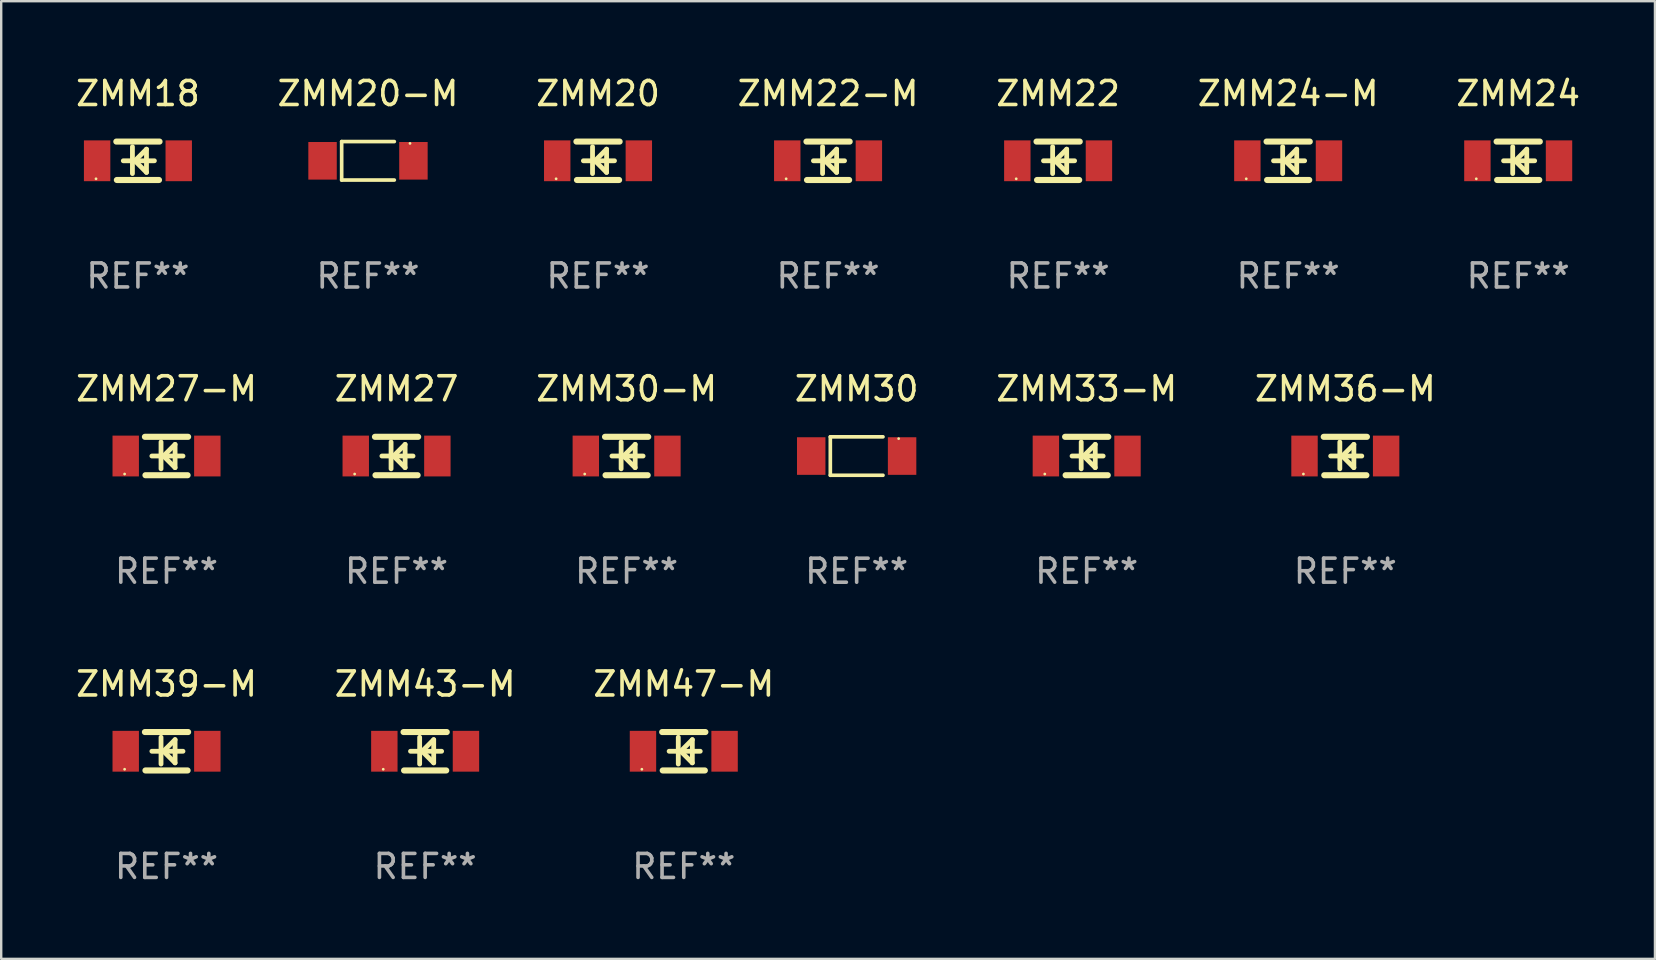
<source format=kicad_pcb>
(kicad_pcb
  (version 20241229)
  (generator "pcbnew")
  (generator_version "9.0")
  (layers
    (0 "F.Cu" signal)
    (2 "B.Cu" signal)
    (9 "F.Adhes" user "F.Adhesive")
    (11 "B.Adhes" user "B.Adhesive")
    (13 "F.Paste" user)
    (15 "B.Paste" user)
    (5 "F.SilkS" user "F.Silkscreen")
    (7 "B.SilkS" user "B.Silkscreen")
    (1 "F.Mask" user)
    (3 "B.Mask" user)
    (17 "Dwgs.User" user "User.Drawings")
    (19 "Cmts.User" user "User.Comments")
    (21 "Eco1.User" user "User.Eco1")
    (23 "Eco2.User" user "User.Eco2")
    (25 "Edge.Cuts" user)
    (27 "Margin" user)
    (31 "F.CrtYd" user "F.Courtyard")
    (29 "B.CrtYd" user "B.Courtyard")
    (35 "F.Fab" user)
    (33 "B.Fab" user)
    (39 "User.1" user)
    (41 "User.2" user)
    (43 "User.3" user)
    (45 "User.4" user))
  (footprint "ZMM36-M"
    (layer "F.Cu")
    (at 52.994 15.947)
    (property "Reference" "ZMM36-M" (at 0 -2.8 0) (layer "F.SilkS") (effects (font (size 1 1) (thickness 0.15))))
    (attr through_hole)
    (fp_line (start -0.9 -0.8) (end 0.9 -0.8) (stroke (width 0.254) (type solid)) (layer "F.SilkS"))
    (fp_line (start -0.878 0.8) (end 0.878 0.8) (stroke (width 0.254) (type solid)) (layer "F.SilkS"))
    (fp_line (start -0.61 0) (end 0.686 0) (stroke (width 0.2) (type solid)) (layer "F.SilkS"))
    (fp_line (start -0.229 -0.584) (end -0.229 0.533) (stroke (width 0.2) (type solid)) (layer "F.SilkS"))
    (fp_line (start -0.127 0) (end 0.356 -0.483) (stroke (width 0.2) (type solid)) (layer "F.SilkS"))
    (fp_line (start 0.356 -0.483) (end 0.356 0.483) (stroke (width 0.2) (type solid)) (layer "F.SilkS"))
    (fp_line (start 0.356 0.483) (end -0.102 0.025) (stroke (width 0.2) (type solid)) (layer "F.SilkS"))
    (fp_circle (center -1.746 0.75) (end -1.716 0.75) (stroke (width 0.06) (type solid)) (fill no) (layer "F.SilkS"))
    (fp_text user "REF**" (at 0 4.8 0) (layer "F.Fab") (effects (font (size 1 1) (thickness 0.15))))
    (pad "1" smd rect (at -1.7 0 180) (size 1.1 1.7) (layers "F.Cu" "F.Mask" "F.Paste"))
    (pad "2" smd rect (at 1.7 0 180) (size 1.1 1.7) (layers "F.Cu" "F.Mask" "F.Paste")))
  (footprint "ZMM24-M"
    (layer "F.Cu")
    (at 50.613 3.648)
    (property "Reference" "ZMM24-M" (at 0 -2.8 0) (layer "F.SilkS") (effects (font (size 1 1) (thickness 0.15))))
    (attr through_hole)
    (fp_line (start -0.9 -0.8) (end 0.9 -0.8) (stroke (width 0.254) (type solid)) (layer "F.SilkS"))
    (fp_line (start -0.878 0.8) (end 0.878 0.8) (stroke (width 0.254) (type solid)) (layer "F.SilkS"))
    (fp_line (start -0.61 0) (end 0.686 0) (stroke (width 0.2) (type solid)) (layer "F.SilkS"))
    (fp_line (start -0.229 -0.584) (end -0.229 0.533) (stroke (width 0.2) (type solid)) (layer "F.SilkS"))
    (fp_line (start -0.127 0) (end 0.356 -0.483) (stroke (width 0.2) (type solid)) (layer "F.SilkS"))
    (fp_line (start 0.356 -0.483) (end 0.356 0.483) (stroke (width 0.2) (type solid)) (layer "F.SilkS"))
    (fp_line (start 0.356 0.483) (end -0.102 0.025) (stroke (width 0.2) (type solid)) (layer "F.SilkS"))
    (fp_circle (center -1.746 0.75) (end -1.716 0.75) (stroke (width 0.06) (type solid)) (fill no) (layer "F.SilkS"))
    (fp_text user "REF**" (at 0 4.8 0) (layer "F.Fab") (effects (font (size 1 1) (thickness 0.15))))
    (pad "1" smd rect (at -1.7 0 180) (size 1.1 1.7) (layers "F.Cu" "F.Mask" "F.Paste"))
    (pad "2" smd rect (at 1.7 0 180) (size 1.1 1.7) (layers "F.Cu" "F.Mask" "F.Paste")))
  (footprint "ZMM22-M"
    (layer "F.Cu")
    (at 31.446 3.648)
    (property "Reference" "ZMM22-M" (at 0 -2.8 0) (layer "F.SilkS") (effects (font (size 1 1) (thickness 0.15))))
    (attr through_hole)
    (fp_line (start -0.9 -0.8) (end 0.9 -0.8) (stroke (width 0.254) (type solid)) (layer "F.SilkS"))
    (fp_line (start -0.878 0.8) (end 0.878 0.8) (stroke (width 0.254) (type solid)) (layer "F.SilkS"))
    (fp_line (start -0.61 0) (end 0.686 0) (stroke (width 0.2) (type solid)) (layer "F.SilkS"))
    (fp_line (start -0.229 -0.584) (end -0.229 0.533) (stroke (width 0.2) (type solid)) (layer "F.SilkS"))
    (fp_line (start -0.127 0) (end 0.356 -0.483) (stroke (width 0.2) (type solid)) (layer "F.SilkS"))
    (fp_line (start 0.356 -0.483) (end 0.356 0.483) (stroke (width 0.2) (type solid)) (layer "F.SilkS"))
    (fp_line (start 0.356 0.483) (end -0.102 0.025) (stroke (width 0.2) (type solid)) (layer "F.SilkS"))
    (fp_circle (center -1.746 0.75) (end -1.716 0.75) (stroke (width 0.06) (type solid)) (fill no) (layer "F.SilkS"))
    (fp_text user "REF**" (at 0 4.8 0) (layer "F.Fab") (effects (font (size 1 1) (thickness 0.15))))
    (pad "1" smd rect (at -1.7 0 180) (size 1.1 1.7) (layers "F.Cu" "F.Mask" "F.Paste"))
    (pad "2" smd rect (at 1.7 0 180) (size 1.1 1.7) (layers "F.Cu" "F.Mask" "F.Paste")))
  (footprint "ZMM20-M"
    (layer "F.Cu")
    (at 12.28 3.649)
    (property "Reference" "ZMM20-M" (at 0 -2.801 0) (layer "F.SilkS") (effects (font (size 1 1) (thickness 0.15))))
    (attr through_hole)
    (fp_line (start -1.097 -0.801) (end -1.097 0.801) (stroke (width 0.152) (type solid)) (layer "F.SilkS"))
    (fp_line (start -1.097 -0.801) (end 1.097 -0.801) (stroke (width 0.152) (type solid)) (layer "F.SilkS"))
    (fp_line (start -1.097 0.801) (end 1.097 0.801) (stroke (width 0.152) (type solid)) (layer "F.SilkS"))
    (fp_circle (center 1.75 -0.725) (end 1.78 -0.725) (stroke (width 0.06) (type solid)) (fill no) (layer "F.SilkS"))
    (fp_text user "REF**" (at 0 4.801 0) (layer "F.Fab") (effects (font (size 1 1) (thickness 0.15))))
    (pad "1" smd rect (at 1.893 0) (size 1.185 1.566) (layers "F.Cu" "F.Mask" "F.Paste"))
    (pad "2" smd rect (at -1.893 0) (size 1.185 1.566) (layers "F.Cu" "F.Mask" "F.Paste")))
  (footprint "ZMM30-M"
    (layer "F.Cu")
    (at 23.054 15.947)
    (property "Reference" "ZMM30-M" (at 0 -2.8 0) (layer "F.SilkS") (effects (font (size 1 1) (thickness 0.15))))
    (attr through_hole)
    (fp_line (start -0.9 -0.8) (end 0.9 -0.8) (stroke (width 0.254) (type solid)) (layer "F.SilkS"))
    (fp_line (start -0.878 0.8) (end 0.878 0.8) (stroke (width 0.254) (type solid)) (layer "F.SilkS"))
    (fp_line (start -0.61 0) (end 0.686 0) (stroke (width 0.2) (type solid)) (layer "F.SilkS"))
    (fp_line (start -0.229 -0.584) (end -0.229 0.533) (stroke (width 0.2) (type solid)) (layer "F.SilkS"))
    (fp_line (start -0.127 0) (end 0.356 -0.483) (stroke (width 0.2) (type solid)) (layer "F.SilkS"))
    (fp_line (start 0.356 -0.483) (end 0.356 0.483) (stroke (width 0.2) (type solid)) (layer "F.SilkS"))
    (fp_line (start 0.356 0.483) (end -0.102 0.025) (stroke (width 0.2) (type solid)) (layer "F.SilkS"))
    (fp_circle (center -1.746 0.75) (end -1.716 0.75) (stroke (width 0.06) (type solid)) (fill no) (layer "F.SilkS"))
    (fp_text user "REF**" (at 0 4.8 0) (layer "F.Fab") (effects (font (size 1 1) (thickness 0.15))))
    (pad "1" smd rect (at -1.7 0 180) (size 1.1 1.7) (layers "F.Cu" "F.Mask" "F.Paste"))
    (pad "2" smd rect (at 1.7 0 180) (size 1.1 1.7) (layers "F.Cu" "F.Mask" "F.Paste")))
  (footprint "ZMM39-M"
    (layer "F.Cu")
    (at 3.887 28.246)
    (property "Reference" "ZMM39-M" (at 0 -2.8 0) (layer "F.SilkS") (effects (font (size 1 1) (thickness 0.15))))
    (attr through_hole)
    (fp_line (start -0.9 -0.8) (end 0.9 -0.8) (stroke (width 0.254) (type solid)) (layer "F.SilkS"))
    (fp_line (start -0.878 0.8) (end 0.878 0.8) (stroke (width 0.254) (type solid)) (layer "F.SilkS"))
    (fp_line (start -0.61 0) (end 0.686 0) (stroke (width 0.2) (type solid)) (layer "F.SilkS"))
    (fp_line (start -0.229 -0.584) (end -0.229 0.533) (stroke (width 0.2) (type solid)) (layer "F.SilkS"))
    (fp_line (start -0.127 0) (end 0.356 -0.483) (stroke (width 0.2) (type solid)) (layer "F.SilkS"))
    (fp_line (start 0.356 -0.483) (end 0.356 0.483) (stroke (width 0.2) (type solid)) (layer "F.SilkS"))
    (fp_line (start 0.356 0.483) (end -0.102 0.025) (stroke (width 0.2) (type solid)) (layer "F.SilkS"))
    (fp_circle (center -1.746 0.75) (end -1.716 0.75) (stroke (width 0.06) (type solid)) (fill no) (layer "F.SilkS"))
    (fp_text user "REF**" (at 0 4.8 0) (layer "F.Fab") (effects (font (size 1 1) (thickness 0.15))))
    (pad "1" smd rect (at -1.7 0 180) (size 1.1 1.7) (layers "F.Cu" "F.Mask" "F.Paste"))
    (pad "2" smd rect (at 1.7 0 180) (size 1.1 1.7) (layers "F.Cu" "F.Mask" "F.Paste")))
  (footprint "ZMM43-M"
    (layer "F.Cu")
    (at 14.661 28.246)
    (property "Reference" "ZMM43-M" (at 0 -2.8 0) (layer "F.SilkS") (effects (font (size 1 1) (thickness 0.15))))
    (attr through_hole)
    (fp_line (start -0.9 -0.8) (end 0.9 -0.8) (stroke (width 0.254) (type solid)) (layer "F.SilkS"))
    (fp_line (start -0.878 0.8) (end 0.878 0.8) (stroke (width 0.254) (type solid)) (layer "F.SilkS"))
    (fp_line (start -0.61 0) (end 0.686 0) (stroke (width 0.2) (type solid)) (layer "F.SilkS"))
    (fp_line (start -0.229 -0.584) (end -0.229 0.533) (stroke (width 0.2) (type solid)) (layer "F.SilkS"))
    (fp_line (start -0.127 0) (end 0.356 -0.483) (stroke (width 0.2) (type solid)) (layer "F.SilkS"))
    (fp_line (start 0.356 -0.483) (end 0.356 0.483) (stroke (width 0.2) (type solid)) (layer "F.SilkS"))
    (fp_line (start 0.356 0.483) (end -0.102 0.025) (stroke (width 0.2) (type solid)) (layer "F.SilkS"))
    (fp_circle (center -1.746 0.75) (end -1.716 0.75) (stroke (width 0.06) (type solid)) (fill no) (layer "F.SilkS"))
    (fp_text user "REF**" (at 0 4.8 0) (layer "F.Fab") (effects (font (size 1 1) (thickness 0.15))))
    (pad "1" smd rect (at -1.7 0 180) (size 1.1 1.7) (layers "F.Cu" "F.Mask" "F.Paste"))
    (pad "2" smd rect (at 1.7 0 180) (size 1.1 1.7) (layers "F.Cu" "F.Mask" "F.Paste")))
  (footprint "ZMM27"
    (layer "F.Cu")
    (at 13.47 15.947)
    (property "Reference" "ZMM27" (at 0 -2.8 0) (layer "F.SilkS") (effects (font (size 1 1) (thickness 0.15))))
    (attr through_hole)
    (fp_line (start -0.9 -0.8) (end 0.9 -0.8) (stroke (width 0.254) (type solid)) (layer "F.SilkS"))
    (fp_line (start -0.878 0.8) (end 0.878 0.8) (stroke (width 0.254) (type solid)) (layer "F.SilkS"))
    (fp_line (start -0.61 0) (end 0.686 0) (stroke (width 0.2) (type solid)) (layer "F.SilkS"))
    (fp_line (start -0.229 -0.584) (end -0.229 0.533) (stroke (width 0.2) (type solid)) (layer "F.SilkS"))
    (fp_line (start -0.127 0) (end 0.356 -0.483) (stroke (width 0.2) (type solid)) (layer "F.SilkS"))
    (fp_line (start 0.356 -0.483) (end 0.356 0.483) (stroke (width 0.2) (type solid)) (layer "F.SilkS"))
    (fp_line (start 0.356 0.483) (end -0.102 0.025) (stroke (width 0.2) (type solid)) (layer "F.SilkS"))
    (fp_circle (center -1.746 0.75) (end -1.716 0.75) (stroke (width 0.06) (type solid)) (fill no) (layer "F.SilkS"))
    (fp_text user "REF**" (at 0 4.8 0) (layer "F.Fab") (effects (font (size 1 1) (thickness 0.15))))
    (pad "1" smd rect (at -1.7 0 180) (size 1.1 1.7) (layers "F.Cu" "F.Mask" "F.Paste"))
    (pad "2" smd rect (at 1.7 0 180) (size 1.1 1.7) (layers "F.Cu" "F.Mask" "F.Paste")))
  (footprint "ZMM20"
    (layer "F.Cu")
    (at 21.863 3.648)
    (property "Reference" "ZMM20" (at 0 -2.8 0) (layer "F.SilkS") (effects (font (size 1 1) (thickness 0.15))))
    (attr through_hole)
    (fp_line (start -0.9 -0.8) (end 0.9 -0.8) (stroke (width 0.254) (type solid)) (layer "F.SilkS"))
    (fp_line (start -0.878 0.8) (end 0.878 0.8) (stroke (width 0.254) (type solid)) (layer "F.SilkS"))
    (fp_line (start -0.61 0) (end 0.686 0) (stroke (width 0.2) (type solid)) (layer "F.SilkS"))
    (fp_line (start -0.229 -0.584) (end -0.229 0.533) (stroke (width 0.2) (type solid)) (layer "F.SilkS"))
    (fp_line (start -0.127 0) (end 0.356 -0.483) (stroke (width 0.2) (type solid)) (layer "F.SilkS"))
    (fp_line (start 0.356 -0.483) (end 0.356 0.483) (stroke (width 0.2) (type solid)) (layer "F.SilkS"))
    (fp_line (start 0.356 0.483) (end -0.102 0.025) (stroke (width 0.2) (type solid)) (layer "F.SilkS"))
    (fp_circle (center -1.746 0.75) (end -1.716 0.75) (stroke (width 0.06) (type solid)) (fill no) (layer "F.SilkS"))
    (fp_text user "REF**" (at 0 4.8 0) (layer "F.Fab") (effects (font (size 1 1) (thickness 0.15))))
    (pad "1" smd rect (at -1.7 0 180) (size 1.1 1.7) (layers "F.Cu" "F.Mask" "F.Paste"))
    (pad "2" smd rect (at 1.7 0 180) (size 1.1 1.7) (layers "F.Cu" "F.Mask" "F.Paste")))
  (footprint "ZMM18"
    (layer "F.Cu")
    (at 2.696 3.648)
    (property "Reference" "ZMM18" (at 0 -2.8 0) (layer "F.SilkS") (effects (font (size 1 1) (thickness 0.15))))
    (attr through_hole)
    (fp_line (start -0.9 -0.8) (end 0.9 -0.8) (stroke (width 0.254) (type solid)) (layer "F.SilkS"))
    (fp_line (start -0.878 0.8) (end 0.878 0.8) (stroke (width 0.254) (type solid)) (layer "F.SilkS"))
    (fp_line (start -0.61 0) (end 0.686 0) (stroke (width 0.2) (type solid)) (layer "F.SilkS"))
    (fp_line (start -0.229 -0.584) (end -0.229 0.533) (stroke (width 0.2) (type solid)) (layer "F.SilkS"))
    (fp_line (start -0.127 0) (end 0.356 -0.483) (stroke (width 0.2) (type solid)) (layer "F.SilkS"))
    (fp_line (start 0.356 -0.483) (end 0.356 0.483) (stroke (width 0.2) (type solid)) (layer "F.SilkS"))
    (fp_line (start 0.356 0.483) (end -0.102 0.025) (stroke (width 0.2) (type solid)) (layer "F.SilkS"))
    (fp_circle (center -1.746 0.75) (end -1.716 0.75) (stroke (width 0.06) (type solid)) (fill no) (layer "F.SilkS"))
    (fp_text user "REF**" (at 0 4.8 0) (layer "F.Fab") (effects (font (size 1 1) (thickness 0.15))))
    (pad "1" smd rect (at -1.7 0 180) (size 1.1 1.7) (layers "F.Cu" "F.Mask" "F.Paste"))
    (pad "2" smd rect (at 1.7 0 180) (size 1.1 1.7) (layers "F.Cu" "F.Mask" "F.Paste")))
  (footprint "ZMM33-M"
    (layer "F.Cu")
    (at 42.22 15.947)
    (property "Reference" "ZMM33-M" (at 0 -2.8 0) (layer "F.SilkS") (effects (font (size 1 1) (thickness 0.15))))
    (attr through_hole)
    (fp_line (start -0.9 -0.8) (end 0.9 -0.8) (stroke (width 0.254) (type solid)) (layer "F.SilkS"))
    (fp_line (start -0.878 0.8) (end 0.878 0.8) (stroke (width 0.254) (type solid)) (layer "F.SilkS"))
    (fp_line (start -0.61 0) (end 0.686 0) (stroke (width 0.2) (type solid)) (layer "F.SilkS"))
    (fp_line (start -0.229 -0.584) (end -0.229 0.533) (stroke (width 0.2) (type solid)) (layer "F.SilkS"))
    (fp_line (start -0.127 0) (end 0.356 -0.483) (stroke (width 0.2) (type solid)) (layer "F.SilkS"))
    (fp_line (start 0.356 -0.483) (end 0.356 0.483) (stroke (width 0.2) (type solid)) (layer "F.SilkS"))
    (fp_line (start 0.356 0.483) (end -0.102 0.025) (stroke (width 0.2) (type solid)) (layer "F.SilkS"))
    (fp_circle (center -1.746 0.75) (end -1.716 0.75) (stroke (width 0.06) (type solid)) (fill no) (layer "F.SilkS"))
    (fp_text user "REF**" (at 0 4.8 0) (layer "F.Fab") (effects (font (size 1 1) (thickness 0.15))))
    (pad "1" smd rect (at -1.7 0 180) (size 1.1 1.7) (layers "F.Cu" "F.Mask" "F.Paste"))
    (pad "2" smd rect (at 1.7 0 180) (size 1.1 1.7) (layers "F.Cu" "F.Mask" "F.Paste")))
  (footprint "ZMM22"
    (layer "F.Cu")
    (at 41.03 3.648)
    (property "Reference" "ZMM22" (at 0 -2.8 0) (layer "F.SilkS") (effects (font (size 1 1) (thickness 0.15))))
    (attr through_hole)
    (fp_line (start -0.9 -0.8) (end 0.9 -0.8) (stroke (width 0.254) (type solid)) (layer "F.SilkS"))
    (fp_line (start -0.878 0.8) (end 0.878 0.8) (stroke (width 0.254) (type solid)) (layer "F.SilkS"))
    (fp_line (start -0.61 0) (end 0.686 0) (stroke (width 0.2) (type solid)) (layer "F.SilkS"))
    (fp_line (start -0.229 -0.584) (end -0.229 0.533) (stroke (width 0.2) (type solid)) (layer "F.SilkS"))
    (fp_line (start -0.127 0) (end 0.356 -0.483) (stroke (width 0.2) (type solid)) (layer "F.SilkS"))
    (fp_line (start 0.356 -0.483) (end 0.356 0.483) (stroke (width 0.2) (type solid)) (layer "F.SilkS"))
    (fp_line (start 0.356 0.483) (end -0.102 0.025) (stroke (width 0.2) (type solid)) (layer "F.SilkS"))
    (fp_circle (center -1.746 0.75) (end -1.716 0.75) (stroke (width 0.06) (type solid)) (fill no) (layer "F.SilkS"))
    (fp_text user "REF**" (at 0 4.8 0) (layer "F.Fab") (effects (font (size 1 1) (thickness 0.15))))
    (pad "1" smd rect (at -1.7 0 180) (size 1.1 1.7) (layers "F.Cu" "F.Mask" "F.Paste"))
    (pad "2" smd rect (at 1.7 0 180) (size 1.1 1.7) (layers "F.Cu" "F.Mask" "F.Paste")))
  (footprint "ZMM27-M"
    (layer "F.Cu")
    (at 3.887 15.947)
    (property "Reference" "ZMM27-M" (at 0 -2.8 0) (layer "F.SilkS") (effects (font (size 1 1) (thickness 0.15))))
    (attr through_hole)
    (fp_line (start -0.9 -0.8) (end 0.9 -0.8) (stroke (width 0.254) (type solid)) (layer "F.SilkS"))
    (fp_line (start -0.878 0.8) (end 0.878 0.8) (stroke (width 0.254) (type solid)) (layer "F.SilkS"))
    (fp_line (start -0.61 0) (end 0.686 0) (stroke (width 0.2) (type solid)) (layer "F.SilkS"))
    (fp_line (start -0.229 -0.584) (end -0.229 0.533) (stroke (width 0.2) (type solid)) (layer "F.SilkS"))
    (fp_line (start -0.127 0) (end 0.356 -0.483) (stroke (width 0.2) (type solid)) (layer "F.SilkS"))
    (fp_line (start 0.356 -0.483) (end 0.356 0.483) (stroke (width 0.2) (type solid)) (layer "F.SilkS"))
    (fp_line (start 0.356 0.483) (end -0.102 0.025) (stroke (width 0.2) (type solid)) (layer "F.SilkS"))
    (fp_circle (center -1.746 0.75) (end -1.716 0.75) (stroke (width 0.06) (type solid)) (fill no) (layer "F.SilkS"))
    (fp_text user "REF**" (at 0 4.8 0) (layer "F.Fab") (effects (font (size 1 1) (thickness 0.15))))
    (pad "1" smd rect (at -1.7 0 180) (size 1.1 1.7) (layers "F.Cu" "F.Mask" "F.Paste"))
    (pad "2" smd rect (at 1.7 0 180) (size 1.1 1.7) (layers "F.Cu" "F.Mask" "F.Paste")))
  (footprint "ZMM24"
    (layer "F.Cu")
    (at 60.196 3.648)
    (property "Reference" "ZMM24" (at 0 -2.8 0) (layer "F.SilkS") (effects (font (size 1 1) (thickness 0.15))))
    (attr through_hole)
    (fp_line (start -0.9 -0.8) (end 0.9 -0.8) (stroke (width 0.254) (type solid)) (layer "F.SilkS"))
    (fp_line (start -0.878 0.8) (end 0.878 0.8) (stroke (width 0.254) (type solid)) (layer "F.SilkS"))
    (fp_line (start -0.61 0) (end 0.686 0) (stroke (width 0.2) (type solid)) (layer "F.SilkS"))
    (fp_line (start -0.229 -0.584) (end -0.229 0.533) (stroke (width 0.2) (type solid)) (layer "F.SilkS"))
    (fp_line (start -0.127 0) (end 0.356 -0.483) (stroke (width 0.2) (type solid)) (layer "F.SilkS"))
    (fp_line (start 0.356 -0.483) (end 0.356 0.483) (stroke (width 0.2) (type solid)) (layer "F.SilkS"))
    (fp_line (start 0.356 0.483) (end -0.102 0.025) (stroke (width 0.2) (type solid)) (layer "F.SilkS"))
    (fp_circle (center -1.746 0.75) (end -1.716 0.75) (stroke (width 0.06) (type solid)) (fill no) (layer "F.SilkS"))
    (fp_text user "REF**" (at 0 4.8 0) (layer "F.Fab") (effects (font (size 1 1) (thickness 0.15))))
    (pad "1" smd rect (at -1.7 0 180) (size 1.1 1.7) (layers "F.Cu" "F.Mask" "F.Paste"))
    (pad "2" smd rect (at 1.7 0 180) (size 1.1 1.7) (layers "F.Cu" "F.Mask" "F.Paste")))
  (footprint "ZMM30"
    (layer "F.Cu")
    (at 32.637 15.948)
    (property "Reference" "ZMM30" (at 0 -2.801 0) (layer "F.SilkS") (effects (font (size 1 1) (thickness 0.15))))
    (attr through_hole)
    (fp_line (start -1.097 -0.801) (end -1.097 0.801) (stroke (width 0.152) (type solid)) (layer "F.SilkS"))
    (fp_line (start -1.097 -0.801) (end 1.097 -0.801) (stroke (width 0.152) (type solid)) (layer "F.SilkS"))
    (fp_line (start -1.097 0.801) (end 1.097 0.801) (stroke (width 0.152) (type solid)) (layer "F.SilkS"))
    (fp_circle (center 1.75 -0.725) (end 1.78 -0.725) (stroke (width 0.06) (type solid)) (fill no) (layer "F.SilkS"))
    (fp_text user "REF**" (at 0 4.801 0) (layer "F.Fab") (effects (font (size 1 1) (thickness 0.15))))
    (pad "1" smd rect (at 1.893 0) (size 1.185 1.566) (layers "F.Cu" "F.Mask" "F.Paste"))
    (pad "2" smd rect (at -1.893 0) (size 1.185 1.566) (layers "F.Cu" "F.Mask" "F.Paste")))
  (footprint "ZMM47-M"
    (layer "F.Cu")
    (at 25.435 28.246)
    (property "Reference" "ZMM47-M" (at 0 -2.8 0) (layer "F.SilkS") (effects (font (size 1 1) (thickness 0.15))))
    (attr through_hole)
    (fp_line (start -0.9 -0.8) (end 0.9 -0.8) (stroke (width 0.254) (type solid)) (layer "F.SilkS"))
    (fp_line (start -0.878 0.8) (end 0.878 0.8) (stroke (width 0.254) (type solid)) (layer "F.SilkS"))
    (fp_line (start -0.61 0) (end 0.686 0) (stroke (width 0.2) (type solid)) (layer "F.SilkS"))
    (fp_line (start -0.229 -0.584) (end -0.229 0.533) (stroke (width 0.2) (type solid)) (layer "F.SilkS"))
    (fp_line (start -0.127 0) (end 0.356 -0.483) (stroke (width 0.2) (type solid)) (layer "F.SilkS"))
    (fp_line (start 0.356 -0.483) (end 0.356 0.483) (stroke (width 0.2) (type solid)) (layer "F.SilkS"))
    (fp_line (start 0.356 0.483) (end -0.102 0.025) (stroke (width 0.2) (type solid)) (layer "F.SilkS"))
    (fp_circle (center -1.746 0.75) (end -1.716 0.75) (stroke (width 0.06) (type solid)) (fill no) (layer "F.SilkS"))
    (fp_text user "REF**" (at 0 4.8 0) (layer "F.Fab") (effects (font (size 1 1) (thickness 0.15))))
    (pad "1" smd rect (at -1.7 0 180) (size 1.1 1.7) (layers "F.Cu" "F.Mask" "F.Paste"))
    (pad "2" smd rect (at 1.7 0 180) (size 1.1 1.7) (layers "F.Cu" "F.Mask" "F.Paste")))
  (gr_rect
    (start -3 -3)
    (end 65.893 36.894)
    (stroke (width 0.1) (type default))
    (fill no)
    (layer "Edge.Cuts")))
</source>
